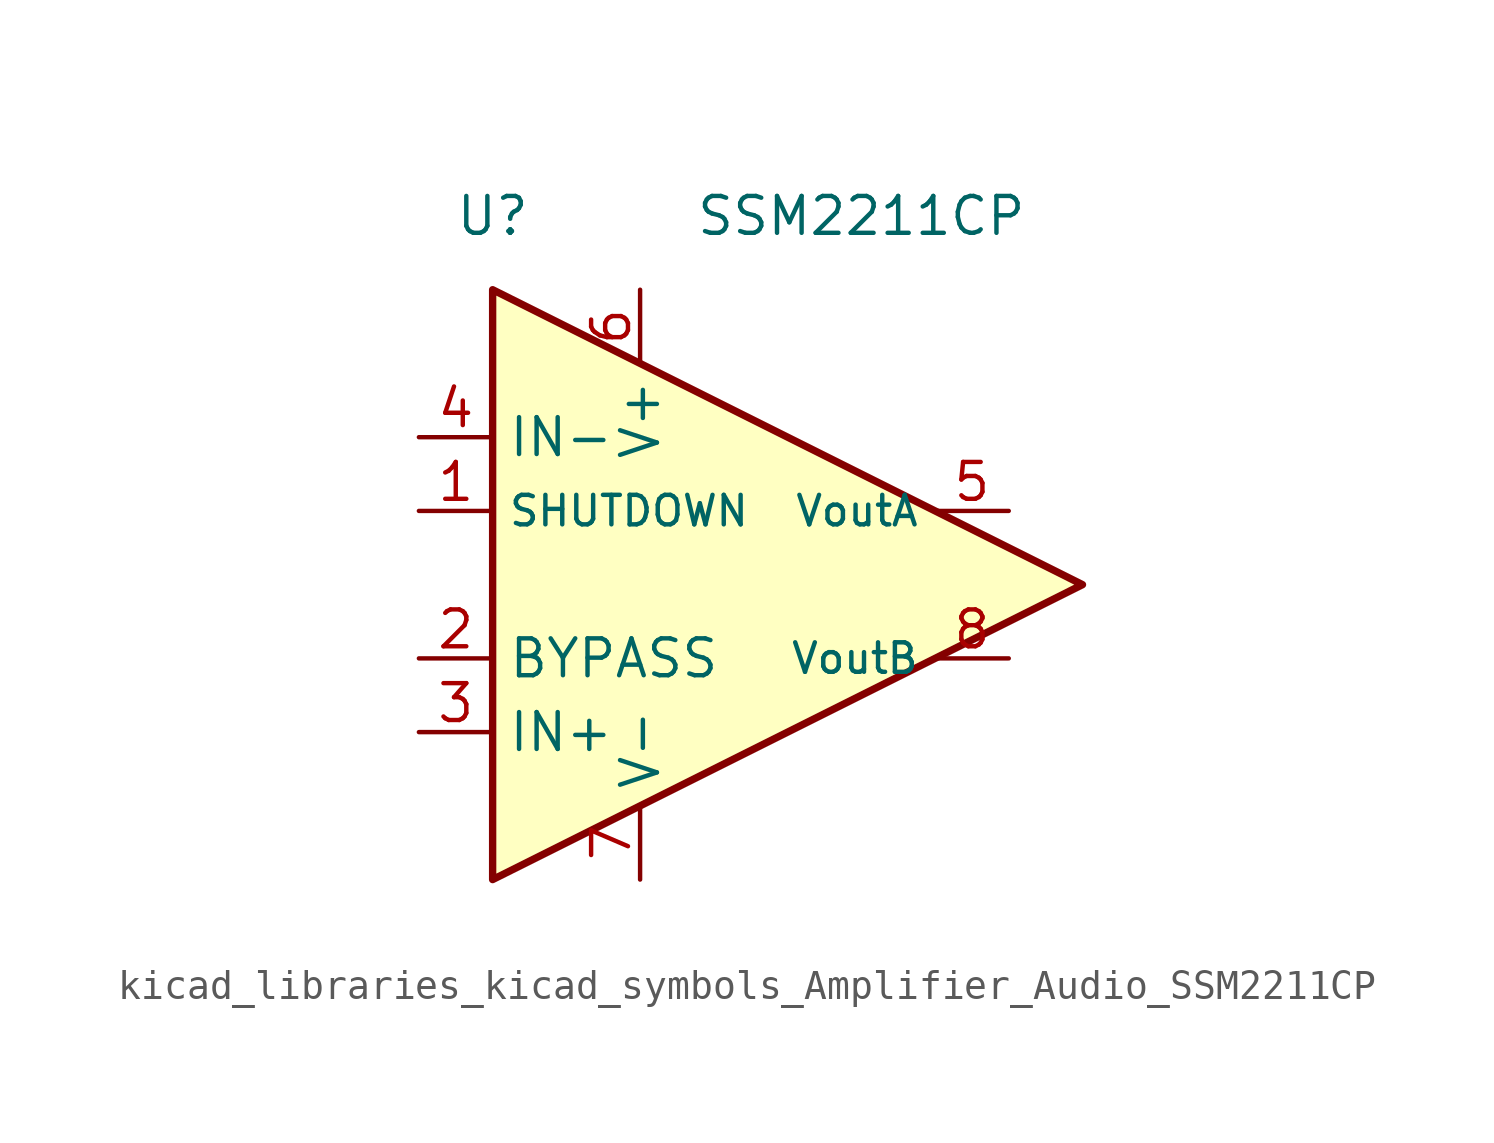
<source format=kicad_sym>
(kicad_symbol_lib
  (version 20220914)
  (generator kicad_symbol_editor)
  (symbol "kicad_libraries_kicad_symbols_Amplifier_Audio_SSM2211CP"
    (property "Reference" "U"
      (at -7.62 12.7 0)
      (effects (font (size 1.27 1.27))))
    (property "Value" "SSM2211CP"
      (at 5.08 12.7 0)
      (effects (font (size 1.27 1.27))))
    (symbol "kicad_libraries_kicad_symbols_Amplifier_Audio_SSM2211CP_0_1"
      (polyline (pts (xy -7.62 10.16) (xy -7.62 -10.16) (xy 12.7 0) (xy -7.62 10.16)) (stroke (width 0.254) (type default)) (fill (type background))))
    (symbol "kicad_libraries_kicad_symbols_Amplifier_Audio_SSM2211CP_1_1"
      (pin input line (at -10.16 2.54 0) (length 2.54) (name "SHUTDOWN" (effects (font (size 1.016 1.016)))) (number "1" (effects (font (size 1.27 1.27)))))
      (pin passive line (at -10.16 -2.54 0) (length 2.54) (name "BYPASS" (effects (font (size 1.27 1.27)))) (number "2" (effects (font (size 1.27 1.27)))))
      (pin input line (at -10.16 -5.08 0) (length 2.54) (name "IN+" (effects (font (size 1.27 1.27)))) (number "3" (effects (font (size 1.27 1.27)))))
      (pin input line (at -10.16 5.08 0) (length 2.54) (name "IN-" (effects (font (size 1.27 1.27)))) (number "4" (effects (font (size 1.27 1.27)))))
      (pin output line (at 10.16 2.54 180) (length 2.54) (name "VoutA" (effects (font (size 1.016 1.016)))) (number "5" (effects (font (size 1.27 1.27)))))
      (pin power_in line (at -2.54 10.16 270) (length 2.54) (name "V+" (effects (font (size 1.27 1.27)))) (number "6" (effects (font (size 1.27 1.27)))))
      (pin power_in line (at -2.54 -10.16 90) (length 2.54) (name "V-" (effects (font (size 1.27 1.27)))) (number "7" (effects (font (size 1.27 1.27)))))
      (pin output line (at 10.16 -2.54 180) (length 2.54) (name "VoutB" (effects (font (size 1.016 1.016)))) (number "8" (effects (font (size 1.27 1.27)))))
      (pin passive line (at -2.54 -10.16 90) (length 2.54) hide (name "V-" (effects (font (size 1.27 1.27)))) (number "9" (effects (font (size 1.27 1.27))))))))
</source>
